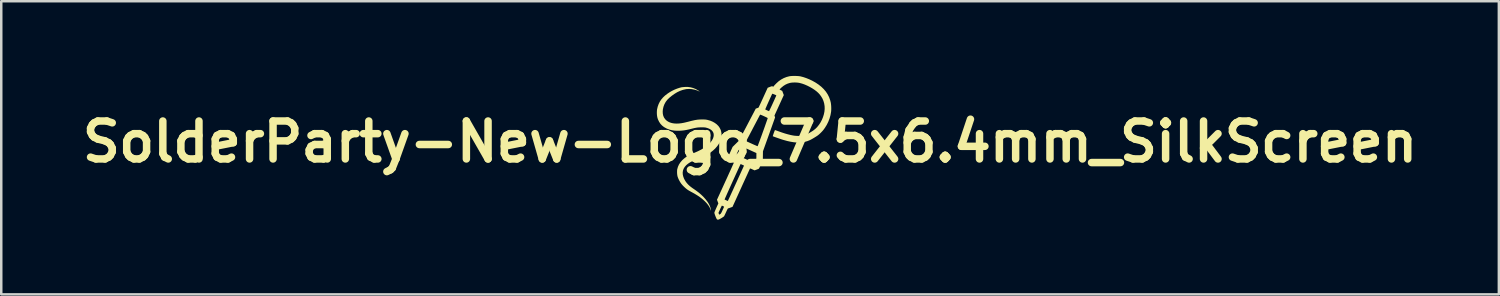
<source format=kicad_pcb>
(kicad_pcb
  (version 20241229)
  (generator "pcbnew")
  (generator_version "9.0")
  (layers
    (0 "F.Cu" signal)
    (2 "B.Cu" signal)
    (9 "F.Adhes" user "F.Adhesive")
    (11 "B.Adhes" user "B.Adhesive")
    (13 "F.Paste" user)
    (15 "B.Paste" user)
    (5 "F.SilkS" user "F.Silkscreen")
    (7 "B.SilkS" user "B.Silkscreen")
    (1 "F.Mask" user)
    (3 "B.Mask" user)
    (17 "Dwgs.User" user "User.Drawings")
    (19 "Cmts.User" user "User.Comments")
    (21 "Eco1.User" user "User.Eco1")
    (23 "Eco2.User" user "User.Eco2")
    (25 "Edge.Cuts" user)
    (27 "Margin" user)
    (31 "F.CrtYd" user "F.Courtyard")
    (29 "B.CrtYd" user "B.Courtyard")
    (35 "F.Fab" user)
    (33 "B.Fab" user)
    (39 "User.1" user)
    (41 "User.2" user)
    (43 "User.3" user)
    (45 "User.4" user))
  (footprint "SolderParty-New-Logo_7.5x6.4mm_SilkScreen"
    (layer "F.Cu")
    (at 27.076 2.645)
    (property "Reference" "SolderParty-New-Logo_7.5x6.4mm_SilkScreen" (at 0 0 0) (layer "F.SilkS") (effects (font (size 1.524 1.524) (thickness 0.3))))
    (attr through_hole)
    (fp_poly (pts (xy -2.49 -2.202) (xy -2.383 -2.187) (xy -2.28 -2.159) (xy -2.18 -2.118) (xy -2.081 -2.061) (xy -2.076 -2.058) (xy -2.047 -2.039) (xy -2.031 -2.027) (xy -2.027 -2.021) (xy -2.036 -2.023) (xy -2.054 -2.03) (xy -2.101 -2.05) (xy -2.14 -2.066) (xy -2.172 -2.077) (xy -2.204 -2.087) (xy -2.225 -2.093) (xy -2.339 -2.115) (xy -2.449 -2.123) (xy -2.556 -2.116) (xy -2.585 -2.111) (xy -2.699 -2.085) (xy -2.812 -2.045) (xy -2.926 -1.991) (xy -3.039 -1.922) (xy -3.154 -1.84) (xy -3.25 -1.76) (xy -3.326 -1.684) (xy -3.389 -1.6) (xy -3.439 -1.509) (xy -3.476 -1.411) (xy -3.5 -1.306) (xy -3.501 -1.302) (xy -3.508 -1.209) (xy -3.503 -1.124) (xy -3.486 -1.045) (xy -3.456 -0.975) (xy -3.414 -0.913) (xy -3.361 -0.859) (xy -3.298 -0.814) (xy -3.224 -0.778) (xy -3.14 -0.752) (xy -3.047 -0.736) (xy -2.945 -0.731) (xy -2.852 -0.735) (xy -2.808 -0.74) (xy -2.764 -0.745) (xy -2.718 -0.753) (xy -2.669 -0.762) (xy -2.613 -0.774) (xy -2.549 -0.79) (xy -2.474 -0.808) (xy -2.43 -0.82) (xy -2.348 -0.841) (xy -2.277 -0.857) (xy -2.216 -0.871) (xy -2.16 -0.88) (xy -2.108 -0.888) (xy -2.056 -0.892) (xy -2.003 -0.895) (xy -1.945 -0.896) (xy -1.928 -0.896) (xy -1.875 -0.896) (xy -1.834 -0.895) (xy -1.801 -0.893) (xy -1.772 -0.891) (xy -1.746 -0.886) (xy -1.717 -0.88) (xy -1.697 -0.876) (xy -1.593 -0.846) (xy -1.499 -0.806) (xy -1.413 -0.757) (xy -1.338 -0.701) (xy -1.274 -0.637) (xy -1.223 -0.567) (xy -1.184 -0.49) (xy -1.167 -0.442) (xy -1.149 -0.352) (xy -1.144 -0.26) (xy -1.155 -0.169) (xy -1.178 -0.077) (xy -1.216 0.014) (xy -1.266 0.103) (xy -1.329 0.19) (xy -1.404 0.275) (xy -1.491 0.355) (xy -1.59 0.432) (xy -1.7 0.504) (xy -1.726 0.52) (xy -1.822 0.571) (xy -1.931 0.622) (xy -2.053 0.672) (xy -2.119 0.697) (xy -2.216 0.735) (xy -2.3 0.771) (xy -2.373 0.806) (xy -2.436 0.843) (xy -2.491 0.88) (xy -2.541 0.921) (xy -2.574 0.952) (xy -2.628 1.015) (xy -2.668 1.083) (xy -2.694 1.155) (xy -2.705 1.231) (xy -2.702 1.31) (xy -2.684 1.393) (xy -2.652 1.478) (xy -2.639 1.504) (xy -2.596 1.58) (xy -2.545 1.651) (xy -2.485 1.718) (xy -2.414 1.783) (xy -2.331 1.847) (xy -2.279 1.883) (xy -2.2 1.937) (xy -2.131 1.987) (xy -2.07 2.033) (xy -2.014 2.079) (xy -1.961 2.126) (xy -1.908 2.177) (xy -1.86 2.225) (xy -1.784 2.311) (xy -1.718 2.396) (xy -1.663 2.482) (xy -1.62 2.565) (xy -1.59 2.645) (xy -1.573 2.721) (xy -1.573 2.725) (xy -1.571 2.747) (xy -1.572 2.759) (xy -1.575 2.76) (xy -1.579 2.751) (xy -1.583 2.738) (xy -1.589 2.718) (xy -1.591 2.712) (xy -1.612 2.658) (xy -1.645 2.598) (xy -1.688 2.535) (xy -1.74 2.47) (xy -1.8 2.406) (xy -1.825 2.381) (xy -1.91 2.304) (xy -2.004 2.23) (xy -2.108 2.159) (xy -2.224 2.088) (xy -2.325 2.032) (xy -2.368 2.009) (xy -2.413 1.984) (xy -2.454 1.961) (xy -2.487 1.94) (xy -2.497 1.934) (xy -2.542 1.902) (xy -2.592 1.861) (xy -2.643 1.814) (xy -2.693 1.765) (xy -2.737 1.715) (xy -2.765 1.681) (xy -2.798 1.632) (xy -2.832 1.575) (xy -2.863 1.516) (xy -2.889 1.457) (xy -2.908 1.405) (xy -2.911 1.395) (xy -2.921 1.348) (xy -2.928 1.293) (xy -2.931 1.234) (xy -2.931 1.176) (xy -2.928 1.125) (xy -2.923 1.099) (xy -2.895 1.002) (xy -2.853 0.91) (xy -2.796 0.824) (xy -2.726 0.742) (xy -2.642 0.667) (xy -2.629 0.656) (xy -2.586 0.624) (xy -2.543 0.594) (xy -2.5 0.567) (xy -2.452 0.541) (xy -2.399 0.514) (xy -2.337 0.486) (xy -2.264 0.454) (xy -2.228 0.439) (xy -2.087 0.377) (xy -1.961 0.313) (xy -1.849 0.246) (xy -1.751 0.178) (xy -1.667 0.107) (xy -1.596 0.033) (xy -1.579 0.013) (xy -1.527 -0.06) (xy -1.49 -0.13) (xy -1.467 -0.198) (xy -1.458 -0.262) (xy -1.462 -0.323) (xy -1.481 -0.379) (xy -1.513 -0.43) (xy -1.558 -0.475) (xy -1.617 -0.513) (xy -1.689 -0.545) (xy -1.752 -0.564) (xy -1.78 -0.571) (xy -1.807 -0.575) (xy -1.837 -0.578) (xy -1.871 -0.58) (xy -1.915 -0.581) (xy -1.947 -0.581) (xy -1.999 -0.58) (xy -2.046 -0.578) (xy -2.091 -0.575) (xy -2.135 -0.569) (xy -2.183 -0.561) (xy -2.237 -0.55) (xy -2.299 -0.535) (xy -2.369 -0.518) (xy -2.469 -0.494) (xy -2.558 -0.475) (xy -2.64 -0.461) (xy -2.716 -0.452) (xy -2.792 -0.446) (xy -2.868 -0.443) (xy -2.898 -0.443) (xy -3.016 -0.447) (xy -3.125 -0.461) (xy -3.226 -0.486) (xy -3.322 -0.521) (xy -3.372 -0.544) (xy -3.46 -0.594) (xy -3.535 -0.654) (xy -3.6 -0.724) (xy -3.653 -0.804) (xy -3.696 -0.893) (xy -3.718 -0.958) (xy -3.73 -1.013) (xy -3.739 -1.078) (xy -3.743 -1.148) (xy -3.742 -1.218) (xy -3.737 -1.282) (xy -3.733 -1.309) (xy -3.707 -1.417) (xy -3.671 -1.517) (xy -3.624 -1.611) (xy -3.566 -1.698) (xy -3.495 -1.781) (xy -3.411 -1.86) (xy -3.313 -1.935) (xy -3.229 -1.991) (xy -3.135 -2.045) (xy -3.034 -2.094) (xy -2.931 -2.136) (xy -2.829 -2.169) (xy -2.761 -2.187) (xy -2.731 -2.192) (xy -2.691 -2.196) (xy -2.647 -2.2) (xy -2.603 -2.203) (xy -2.602 -2.203)) (stroke (width 0) (type solid)) (fill yes) (layer "F.SilkS"))
    (fp_poly (pts (xy 1.88 -2.643) (xy 1.944 -2.639) (xy 2.001 -2.632) (xy 2.029 -2.627) (xy 2.14 -2.598) (xy 2.256 -2.559) (xy 2.375 -2.511) (xy 2.494 -2.455) (xy 2.609 -2.391) (xy 2.627 -2.381) (xy 2.752 -2.298) (xy 2.864 -2.209) (xy 2.962 -2.114) (xy 3.047 -2.013) (xy 3.118 -1.905) (xy 3.175 -1.792) (xy 3.218 -1.672) (xy 3.241 -1.584) (xy 3.25 -1.529) (xy 3.257 -1.464) (xy 3.261 -1.394) (xy 3.262 -1.324) (xy 3.26 -1.259) (xy 3.256 -1.211) (xy 3.232 -1.073) (xy 3.194 -0.936) (xy 3.142 -0.802) (xy 3.078 -0.674) (xy 3.002 -0.553) (xy 2.953 -0.485) (xy 2.914 -0.438) (xy 2.868 -0.389) (xy 2.82 -0.341) (xy 2.773 -0.298) (xy 2.73 -0.262) (xy 2.721 -0.256) (xy 2.685 -0.231) (xy 2.64 -0.202) (xy 2.59 -0.171) (xy 2.538 -0.14) (xy 2.488 -0.111) (xy 2.442 -0.086) (xy 2.406 -0.068) (xy 2.404 -0.067) (xy 2.308 -0.028) (xy 2.208 0.001) (xy 2.105 0.021) (xy 1.996 0.03) (xy 1.882 0.03) (xy 1.761 0.019) (xy 1.632 -0.002) (xy 1.494 -0.032) (xy 1.346 -0.073) (xy 1.302 -0.086) (xy 1.268 -0.097) (xy 1.227 -0.111) (xy 1.182 -0.126) (xy 1.134 -0.143) (xy 1.086 -0.16) (xy 1.04 -0.176) (xy 0.997 -0.191) (xy 0.961 -0.205) (xy 0.934 -0.215) (xy 0.917 -0.222) (xy 0.913 -0.225) (xy 0.914 -0.233) (xy 0.92 -0.252) (xy 0.929 -0.279) (xy 0.94 -0.312) (xy 0.952 -0.348) (xy 0.965 -0.384) (xy 0.978 -0.417) (xy 0.988 -0.444) (xy 0.997 -0.463) (xy 1.001 -0.471) (xy 1.008 -0.469) (xy 1.027 -0.463) (xy 1.056 -0.453) (xy 1.093 -0.44) (xy 1.134 -0.425) (xy 1.137 -0.424) (xy 1.274 -0.375) (xy 1.4 -0.334) (xy 1.519 -0.3) (xy 1.633 -0.272) (xy 1.722 -0.254) (xy 1.78 -0.245) (xy 1.845 -0.239) (xy 1.912 -0.236) (xy 1.979 -0.236) (xy 2.041 -0.239) (xy 2.096 -0.245) (xy 2.139 -0.253) (xy 2.139 -0.253) (xy 2.223 -0.28) (xy 2.307 -0.317) (xy 2.396 -0.363) (xy 2.489 -0.42) (xy 2.537 -0.451) (xy 2.621 -0.517) (xy 2.699 -0.595) (xy 2.77 -0.684) (xy 2.833 -0.78) (xy 2.887 -0.883) (xy 2.931 -0.991) (xy 2.965 -1.101) (xy 2.988 -1.212) (xy 2.998 -1.322) (xy 2.995 -1.428) (xy 2.994 -1.436) (xy 2.977 -1.543) (xy 2.948 -1.643) (xy 2.907 -1.738) (xy 2.852 -1.829) (xy 2.795 -1.905) (xy 2.737 -1.967) (xy 2.666 -2.03) (xy 2.584 -2.091) (xy 2.494 -2.15) (xy 2.399 -2.204) (xy 2.3 -2.254) (xy 2.199 -2.298) (xy 2.1 -2.334) (xy 2.004 -2.36) (xy 1.969 -2.368) (xy 1.913 -2.376) (xy 1.849 -2.381) (xy 1.782 -2.382) (xy 1.716 -2.38) (xy 1.656 -2.374) (xy 1.605 -2.365) (xy 1.603 -2.365) (xy 1.508 -2.335) (xy 1.421 -2.295) (xy 1.341 -2.244) (xy 1.263 -2.18) (xy 1.25 -2.168) (xy 1.224 -2.143) (xy 1.204 -2.122) (xy 1.19 -2.107) (xy 1.185 -2.099) (xy 1.185 -2.099) (xy 1.193 -2.095) (xy 1.211 -2.086) (xy 1.235 -2.073) (xy 1.241 -2.07) (xy 1.293 -2.044) (xy 1.324 -1.96) (xy 1.356 -1.876) (xy 1.169 -1.465) (xy 0.981 -1.054) (xy 1.006 -0.979) (xy 0.763 -0.298) (xy 0.519 0.382) (xy 0.516 0.564) (xy 0.514 0.746) (xy 0.439 0.908) (xy 0.418 0.954) (xy 0.399 0.995) (xy 0.382 1.03) (xy 0.369 1.057) (xy 0.361 1.073) (xy 0.359 1.077) (xy 0.35 1.083) (xy 0.329 1.092) (xy 0.301 1.104) (xy 0.268 1.117) (xy 0.183 1.148) (xy 0.093 1.107) (xy 0.053 1.089) (xy 0.025 1.078) (xy 0.007 1.073) (xy -0.001 1.074) (xy -0.002 1.075) (xy -0.006 1.083) (xy -0.016 1.104) (xy -0.031 1.136) (xy -0.051 1.18) (xy -0.076 1.233) (xy -0.104 1.297) (xy -0.137 1.368) (xy -0.173 1.447) (xy -0.212 1.532) (xy -0.254 1.624) (xy -0.298 1.72) (xy -0.343 1.82) (xy -0.356 1.848) (xy -0.704 2.613) (xy -0.781 2.642) (xy -0.815 2.654) (xy -0.844 2.665) (xy -0.867 2.671) (xy -0.877 2.674) (xy -0.884 2.676) (xy -0.891 2.682) (xy -0.899 2.694) (xy -0.91 2.713) (xy -0.924 2.741) (xy -0.942 2.78) (xy -0.963 2.826) (xy -0.984 2.871) (xy -1.003 2.912) (xy -1.02 2.946) (xy -1.033 2.973) (xy -1.041 2.989) (xy -1.043 2.992) (xy -1.053 3.001) (xy -1.073 3.016) (xy -1.102 3.035) (xy -1.136 3.057) (xy -1.154 3.068) (xy -1.201 3.095) (xy -1.238 3.114) (xy -1.267 3.125) (xy -1.289 3.129) (xy -1.308 3.126) (xy -1.325 3.117) (xy -1.331 3.111) (xy -1.341 3.098) (xy -1.353 3.073) (xy -1.368 3.041) (xy -1.384 3.003) (xy -1.399 2.964) (xy -1.413 2.925) (xy -1.424 2.891) (xy -1.431 2.864) (xy -1.432 2.854) (xy -1.268 2.854) (xy -1.255 2.89) (xy -1.246 2.91) (xy -1.238 2.923) (xy -1.234 2.925) (xy -1.224 2.921) (xy -1.207 2.911) (xy -1.197 2.904) (xy -1.186 2.896) (xy -1.175 2.885) (xy -1.165 2.87) (xy -1.153 2.85) (xy -1.138 2.82) (xy -1.12 2.781) (xy -1.105 2.749) (xy -1.086 2.707) (xy -1.069 2.67) (xy -1.056 2.64) (xy -1.047 2.619) (xy -1.043 2.609) (xy -1.043 2.608) (xy -1.049 2.603) (xy -1.065 2.594) (xy -1.085 2.583) (xy -1.106 2.574) (xy -1.124 2.567) (xy -1.132 2.566) (xy -1.136 2.572) (xy -1.146 2.59) (xy -1.16 2.618) (xy -1.177 2.654) (xy -1.196 2.695) (xy -1.203 2.71) (xy -1.268 2.854) (xy -1.432 2.854) (xy -1.433 2.85) (xy -1.43 2.837) (xy -1.421 2.812) (xy -1.408 2.778) (xy -1.39 2.736) (xy -1.369 2.688) (xy -1.353 2.652) (xy -1.273 2.475) (xy -1.3 2.402) (xy -1.328 2.328) (xy -1.323 2.318) (xy -1.023 2.318) (xy -1.014 2.323) (xy -0.995 2.332) (xy -0.971 2.344) (xy -0.944 2.356) (xy -0.92 2.367) (xy -0.901 2.375) (xy -0.892 2.378) (xy -0.889 2.371) (xy -0.879 2.352) (xy -0.865 2.32) (xy -0.845 2.278) (xy -0.821 2.226) (xy -0.792 2.164) (xy -0.76 2.094) (xy -0.725 2.017) (xy -0.686 1.934) (xy -0.646 1.844) (xy -0.603 1.75) (xy -0.565 1.667) (xy -0.242 0.956) (xy -0.309 0.924) (xy -0.338 0.911) (xy -0.361 0.901) (xy -0.375 0.895) (xy -0.379 0.894) (xy -0.383 0.903) (xy -0.394 0.924) (xy -0.409 0.956) (xy -0.429 0.999) (xy -0.452 1.05) (xy -0.48 1.11) (xy -0.51 1.177) (xy -0.543 1.249) (xy -0.579 1.327) (xy -0.615 1.408) (xy -0.653 1.491) (xy -0.692 1.576) (xy -0.73 1.662) (xy -0.769 1.746) (xy -0.806 1.829) (xy -0.842 1.909) (xy -0.876 1.985) (xy -0.908 2.056) (xy -0.937 2.121) (xy -0.962 2.178) (xy -0.984 2.227) (xy -1.001 2.267) (xy -1.014 2.296) (xy -1.021 2.313) (xy -1.023 2.318) (xy -1.323 2.318) (xy -0.975 1.557) (xy -0.928 1.456) (xy -0.884 1.358) (xy -0.842 1.265) (xy -0.802 1.178) (xy -0.765 1.097) (xy -0.732 1.023) (xy -0.703 0.958) (xy -0.677 0.901) (xy -0.657 0.855) (xy -0.641 0.819) (xy -0.631 0.795) (xy -0.626 0.783) (xy -0.626 0.782) (xy -0.634 0.778) (xy -0.653 0.768) (xy -0.679 0.756) (xy -0.706 0.743) (xy -0.782 0.709) (xy -0.814 0.621) (xy -0.847 0.533) (xy -0.842 0.522) (xy -0.544 0.522) (xy -0.544 0.523) (xy -0.536 0.528) (xy -0.516 0.538) (xy -0.486 0.552) (xy -0.446 0.57) (xy -0.399 0.592) (xy -0.347 0.616) (xy -0.29 0.642) (xy -0.23 0.669) (xy -0.17 0.696) (xy -0.11 0.723) (xy -0.051 0.749) (xy 0.003 0.773) (xy 0.052 0.795) (xy 0.095 0.814) (xy 0.129 0.829) (xy 0.154 0.839) (xy 0.167 0.844) (xy 0.169 0.845) (xy 0.174 0.838) (xy 0.185 0.819) (xy 0.198 0.793) (xy 0.214 0.76) (xy 0.215 0.757) (xy 0.254 0.671) (xy 0.255 0.562) (xy 0.255 0.452) (xy 0.084 0.375) (xy 0.029 0.35) (xy -0.029 0.323) (xy -0.087 0.297) (xy -0.14 0.273) (xy -0.185 0.253) (xy -0.198 0.247) (xy -0.31 0.196) (xy -0.383 0.263) (xy -0.411 0.289) (xy -0.435 0.312) (xy -0.453 0.329) (xy -0.463 0.339) (xy -0.464 0.34) (xy -0.471 0.351) (xy -0.481 0.372) (xy -0.494 0.399) (xy -0.508 0.43) (xy -0.521 0.46) (xy -0.533 0.488) (xy -0.541 0.509) (xy -0.544 0.522) (xy -0.842 0.522) (xy -0.701 0.206) (xy -0.466 -0.025) (xy -0.157 -0.025) (xy 0.07 0.077) (xy 0.124 0.102) (xy 0.174 0.124) (xy 0.219 0.143) (xy 0.255 0.159) (xy 0.283 0.17) (xy 0.299 0.176) (xy 0.304 0.177) (xy 0.307 0.17) (xy 0.315 0.15) (xy 0.328 0.118) (xy 0.344 0.074) (xy 0.364 0.021) (xy 0.387 -0.041) (xy 0.412 -0.11) (xy 0.44 -0.186) (xy 0.47 -0.268) (xy 0.501 -0.354) (xy 0.511 -0.383) (xy 0.543 -0.471) (xy 0.573 -0.554) (xy 0.601 -0.633) (xy 0.626 -0.706) (xy 0.649 -0.771) (xy 0.669 -0.828) (xy 0.686 -0.875) (xy 0.698 -0.912) (xy 0.706 -0.937) (xy 0.71 -0.95) (xy 0.71 -0.951) (xy 0.703 -0.957) (xy 0.685 -0.968) (xy 0.658 -0.982) (xy 0.624 -0.998) (xy 0.586 -1.016) (xy 0.547 -1.034) (xy 0.508 -1.052) (xy 0.472 -1.067) (xy 0.442 -1.079) (xy 0.419 -1.087) (xy 0.406 -1.09) (xy 0.405 -1.09) (xy 0.401 -1.083) (xy 0.39 -1.063) (xy 0.373 -1.032) (xy 0.352 -0.991) (xy 0.325 -0.941) (xy 0.295 -0.883) (xy 0.261 -0.819) (xy 0.224 -0.748) (xy 0.184 -0.673) (xy 0.154 -0.615) (xy 0.112 -0.536) (xy 0.072 -0.458) (xy 0.033 -0.385) (xy -0.002 -0.317) (xy -0.035 -0.255) (xy -0.064 -0.2) (xy -0.088 -0.155) (xy -0.107 -0.119) (xy -0.119 -0.095) (xy -0.124 -0.086) (xy -0.157 -0.025) (xy -0.466 -0.025) (xy -0.443 -0.049) (xy -0.106 -0.69) (xy 0.213 -1.299) (xy 0.611 -1.299) (xy 0.62 -1.294) (xy 0.64 -1.284) (xy 0.665 -1.272) (xy 0.694 -1.259) (xy 0.722 -1.246) (xy 0.745 -1.237) (xy 0.759 -1.231) (xy 0.762 -1.231) (xy 0.767 -1.237) (xy 0.777 -1.256) (xy 0.792 -1.286) (xy 0.811 -1.325) (xy 0.834 -1.373) (xy 0.86 -1.428) (xy 0.888 -1.488) (xy 0.914 -1.546) (xy 0.944 -1.611) (xy 0.971 -1.67) (xy 0.995 -1.725) (xy 1.016 -1.772) (xy 1.034 -1.811) (xy 1.046 -1.84) (xy 1.054 -1.859) (xy 1.056 -1.864) (xy 1.046 -1.871) (xy 1.026 -1.88) (xy 1 -1.892) (xy 0.97 -1.904) (xy 0.942 -1.915) (xy 0.917 -1.924) (xy 0.899 -1.929) (xy 0.892 -1.93) (xy 0.887 -1.921) (xy 0.877 -1.9) (xy 0.862 -1.869) (xy 0.844 -1.83) (xy 0.823 -1.784) (xy 0.799 -1.732) (xy 0.775 -1.677) (xy 0.749 -1.621) (xy 0.724 -1.564) (xy 0.699 -1.509) (xy 0.676 -1.456) (xy 0.656 -1.409) (xy 0.638 -1.368) (xy 0.624 -1.335) (xy 0.615 -1.312) (xy 0.611 -1.3) (xy 0.611 -1.299) (xy 0.213 -1.299) (xy 0.23 -1.332) (xy 0.283 -1.35) (xy 0.31 -1.36) (xy 0.331 -1.369) (xy 0.342 -1.375) (xy 0.343 -1.375) (xy 0.347 -1.383) (xy 0.357 -1.403) (xy 0.371 -1.435) (xy 0.391 -1.476) (xy 0.414 -1.526) (xy 0.441 -1.584) (xy 0.47 -1.648) (xy 0.502 -1.717) (xy 0.529 -1.776) (xy 0.709 -2.17) (xy 0.795 -2.203) (xy 0.831 -2.217) (xy 0.857 -2.225) (xy 0.874 -2.23) (xy 0.886 -2.231) (xy 0.896 -2.228) (xy 0.908 -2.224) (xy 0.934 -2.211) (xy 0.956 -2.24) (xy 0.969 -2.256) (xy 0.991 -2.28) (xy 1.018 -2.308) (xy 1.048 -2.338) (xy 1.057 -2.348) (xy 1.15 -2.432) (xy 1.249 -2.501) (xy 1.354 -2.558) (xy 1.466 -2.602) (xy 1.575 -2.631) (xy 1.622 -2.638) (xy 1.679 -2.643) (xy 1.744 -2.645) (xy 1.812 -2.645)) (stroke (width 0) (type solid)) (fill yes) (layer "F.SilkS")))
  (gr_rect
    (start -3 -3)
    (end 57.153 8.774)
    (stroke (width 0.1) (type default))
    (fill no)
    (layer "Edge.Cuts")))
</source>
